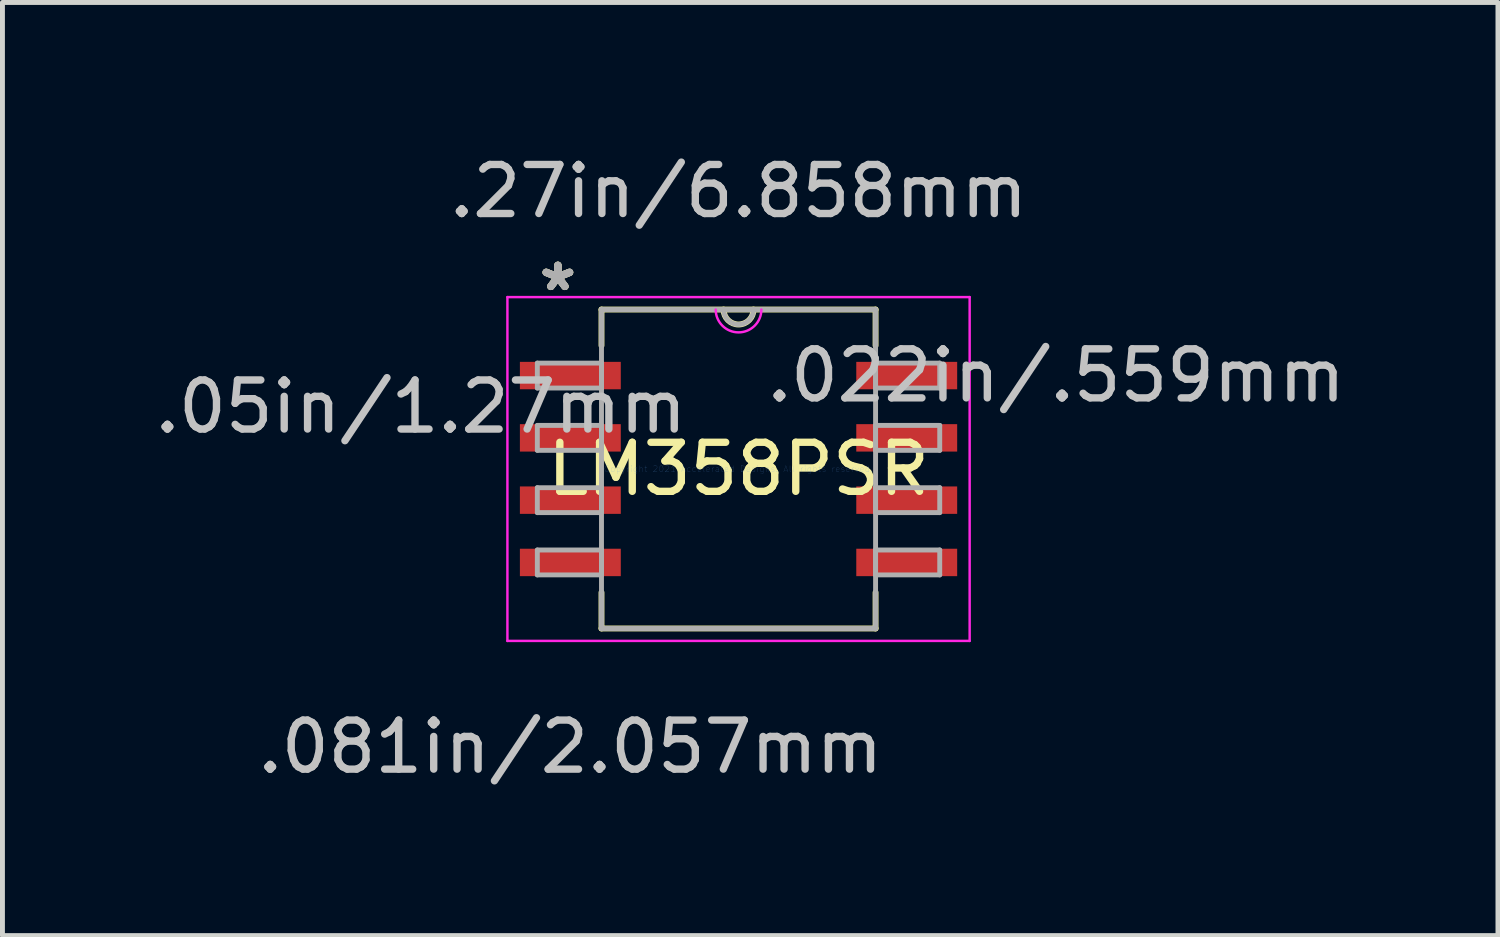
<source format=kicad_pcb>
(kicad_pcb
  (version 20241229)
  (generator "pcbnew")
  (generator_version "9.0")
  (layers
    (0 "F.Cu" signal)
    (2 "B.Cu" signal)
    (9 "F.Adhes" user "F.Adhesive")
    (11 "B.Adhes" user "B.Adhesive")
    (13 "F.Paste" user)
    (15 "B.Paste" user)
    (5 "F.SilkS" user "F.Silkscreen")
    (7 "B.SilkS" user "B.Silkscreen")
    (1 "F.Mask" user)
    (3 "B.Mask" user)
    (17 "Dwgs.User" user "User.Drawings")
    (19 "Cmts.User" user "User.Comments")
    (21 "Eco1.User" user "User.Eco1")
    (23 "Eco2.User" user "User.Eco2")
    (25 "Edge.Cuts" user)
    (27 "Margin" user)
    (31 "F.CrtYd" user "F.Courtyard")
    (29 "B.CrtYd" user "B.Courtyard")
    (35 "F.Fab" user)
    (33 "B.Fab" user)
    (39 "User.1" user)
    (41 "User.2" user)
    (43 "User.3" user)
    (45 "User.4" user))
  (footprint "LM358PSR"
    (layer "F.Cu")
    (at 12.007 6.512)
    (property "Reference" "LM358PSR" (at 0 0 0) (layer "F.SilkS") (effects (font (size 1 1) (thickness 0.15))))
    (attr through_hole)
    (fp_line (start -2.794 -3.251) (end -2.794 -2.517) (stroke (width 0.12) (type solid)) (layer "F.SilkS"))
    (fp_line (start -2.794 2.517) (end -2.794 3.251) (stroke (width 0.12) (type solid)) (layer "F.SilkS"))
    (fp_line (start -2.794 3.251) (end 2.794 3.251) (stroke (width 0.12) (type solid)) (layer "F.SilkS"))
    (fp_line (start 2.794 -3.251) (end -2.794 -3.251) (stroke (width 0.12) (type solid)) (layer "F.SilkS"))
    (fp_line (start 2.794 -2.517) (end 2.794 -3.251) (stroke (width 0.12) (type solid)) (layer "F.SilkS"))
    (fp_line (start 2.794 3.251) (end 2.794 2.517) (stroke (width 0.12) (type solid)) (layer "F.SilkS"))
    (fp_arc (start 0.3048 -3.2512) (mid 0 -2.9464) (end -0.3048 -3.2512) (stroke (width 0.12) (type solid)) (layer "F.SilkS"))
    (fp_line (start -4.712 -3.505) (end 4.712 -3.505) (stroke (width 0.05) (type solid)) (layer "F.CrtYd"))
    (fp_line (start -4.712 3.505) (end -4.712 -3.505) (stroke (width 0.05) (type solid)) (layer "F.CrtYd"))
    (fp_line (start 4.712 -3.505) (end 4.712 3.505) (stroke (width 0.05) (type solid)) (layer "F.CrtYd"))
    (fp_line (start 4.712 3.505) (end -4.712 3.505) (stroke (width 0.05) (type solid)) (layer "F.CrtYd"))
    (fp_arc (start 0.465667 -3.2512) (mid 0 -2.785533) (end -0.465667 -3.2512) (stroke (width 0.05) (type solid)) (layer "F.CrtYd"))
    (fp_line (start -4.102 -2.159) (end -4.102 -1.651) (stroke (width 0.1) (type solid)) (layer "F.Fab"))
    (fp_line (start -4.102 -1.651) (end -2.794 -1.651) (stroke (width 0.1) (type solid)) (layer "F.Fab"))
    (fp_line (start -4.102 -0.889) (end -4.102 -0.381) (stroke (width 0.1) (type solid)) (layer "F.Fab"))
    (fp_line (start -4.102 -0.381) (end -2.794 -0.381) (stroke (width 0.1) (type solid)) (layer "F.Fab"))
    (fp_line (start -4.102 0.381) (end -4.102 0.889) (stroke (width 0.1) (type solid)) (layer "F.Fab"))
    (fp_line (start -4.102 0.889) (end -2.794 0.889) (stroke (width 0.1) (type solid)) (layer "F.Fab"))
    (fp_line (start -4.102 1.651) (end -4.102 2.159) (stroke (width 0.1) (type solid)) (layer "F.Fab"))
    (fp_line (start -4.102 2.159) (end -2.794 2.159) (stroke (width 0.1) (type solid)) (layer "F.Fab"))
    (fp_line (start -2.794 -3.251) (end -2.794 3.251) (stroke (width 0.1) (type solid)) (layer "F.Fab"))
    (fp_line (start -2.794 -2.159) (end -4.102 -2.159) (stroke (width 0.1) (type solid)) (layer "F.Fab"))
    (fp_line (start -2.794 -1.651) (end -2.794 -2.159) (stroke (width 0.1) (type solid)) (layer "F.Fab"))
    (fp_line (start -2.794 -0.889) (end -4.102 -0.889) (stroke (width 0.1) (type solid)) (layer "F.Fab"))
    (fp_line (start -2.794 -0.381) (end -2.794 -0.889) (stroke (width 0.1) (type solid)) (layer "F.Fab"))
    (fp_line (start -2.794 0.381) (end -4.102 0.381) (stroke (width 0.1) (type solid)) (layer "F.Fab"))
    (fp_line (start -2.794 0.889) (end -2.794 0.381) (stroke (width 0.1) (type solid)) (layer "F.Fab"))
    (fp_line (start -2.794 1.651) (end -4.102 1.651) (stroke (width 0.1) (type solid)) (layer "F.Fab"))
    (fp_line (start -2.794 2.159) (end -2.794 1.651) (stroke (width 0.1) (type solid)) (layer "F.Fab"))
    (fp_line (start -2.794 3.251) (end 2.794 3.251) (stroke (width 0.1) (type solid)) (layer "F.Fab"))
    (fp_line (start 2.794 -3.251) (end -2.794 -3.251) (stroke (width 0.1) (type solid)) (layer "F.Fab"))
    (fp_line (start 2.794 -2.159) (end 2.794 -1.651) (stroke (width 0.1) (type solid)) (layer "F.Fab"))
    (fp_line (start 2.794 -1.651) (end 4.102 -1.651) (stroke (width 0.1) (type solid)) (layer "F.Fab"))
    (fp_line (start 2.794 -0.889) (end 2.794 -0.381) (stroke (width 0.1) (type solid)) (layer "F.Fab"))
    (fp_line (start 2.794 -0.381) (end 4.102 -0.381) (stroke (width 0.1) (type solid)) (layer "F.Fab"))
    (fp_line (start 2.794 0.381) (end 2.794 0.889) (stroke (width 0.1) (type solid)) (layer "F.Fab"))
    (fp_line (start 2.794 0.889) (end 4.102 0.889) (stroke (width 0.1) (type solid)) (layer "F.Fab"))
    (fp_line (start 2.794 1.651) (end 2.794 2.159) (stroke (width 0.1) (type solid)) (layer "F.Fab"))
    (fp_line (start 2.794 2.159) (end 4.102 2.159) (stroke (width 0.1) (type solid)) (layer "F.Fab"))
    (fp_line (start 2.794 3.251) (end 2.794 -3.251) (stroke (width 0.1) (type solid)) (layer "F.Fab"))
    (fp_line (start 4.102 -2.159) (end 2.794 -2.159) (stroke (width 0.1) (type solid)) (layer "F.Fab"))
    (fp_line (start 4.102 -1.651) (end 4.102 -2.159) (stroke (width 0.1) (type solid)) (layer "F.Fab"))
    (fp_line (start 4.102 -0.889) (end 2.794 -0.889) (stroke (width 0.1) (type solid)) (layer "F.Fab"))
    (fp_line (start 4.102 -0.381) (end 4.102 -0.889) (stroke (width 0.1) (type solid)) (layer "F.Fab"))
    (fp_line (start 4.102 0.381) (end 2.794 0.381) (stroke (width 0.1) (type solid)) (layer "F.Fab"))
    (fp_line (start 4.102 0.889) (end 4.102 0.381) (stroke (width 0.1) (type solid)) (layer "F.Fab"))
    (fp_line (start 4.102 1.651) (end 2.794 1.651) (stroke (width 0.1) (type solid)) (layer "F.Fab"))
    (fp_line (start 4.102 2.159) (end 4.102 1.651) (stroke (width 0.1) (type solid)) (layer "F.Fab"))
    (fp_arc (start 0.3048 -3.2512) (mid 0 -2.9464) (end -0.3048 -3.2512) (stroke (width 0.1) (type solid)) (layer "F.Fab"))
    (fp_text user "*" (at -3.683 -3.607 0) (layer "F.SilkS") (effects (font (size 1 1) (thickness 0.15))))
    (fp_text user "*" (at -3.683 -3.607 0) (layer "F.SilkS") (effects (font (size 1 1) (thickness 0.15))))
    (fp_text user ".081in/2.057mm" (at -3.429 5.664 0) (layer "Dwgs.User") (effects (font (size 1 1) (thickness 0.15))))
    (fp_text user ".27in/6.858mm" (at 0 -5.664 0) (layer "Dwgs.User") (effects (font (size 1 1) (thickness 0.15))))
    (fp_text user ".022in/.559mm" (at 6.477 -1.905 0) (layer "Dwgs.User") (effects (font (size 1 1) (thickness 0.15))))
    (fp_text user ".05in/1.27mm" (at -6.477 -1.27 0) (layer "Dwgs.User") (effects (font (size 1 1) (thickness 0.15))))
    (fp_text user "Copyright 2021 Accelerated Designs. All rights reserved." (at 0 0 0) (layer "Cmts.User") (effects (font (size 0.127 0.127) (thickness 0.002))))
    (fp_text user "*" (at -3.683 -3.607 0) (layer "F.Fab") (effects (font (size 1 1) (thickness 0.15))))
    (fp_text user "*" (at -3.683 -3.607 0) (layer "F.Fab") (effects (font (size 1 1) (thickness 0.15))))
    (pad "1" smd rect (at -3.429 -1.905) (size 2.057 0.559) (layers "F.Cu" "F.Mask" "F.Paste"))
    (pad "2" smd rect (at -3.429 -0.635) (size 2.057 0.559) (layers "F.Cu" "F.Mask" "F.Paste"))
    (pad "3" smd rect (at -3.429 0.635) (size 2.057 0.559) (layers "F.Cu" "F.Mask" "F.Paste"))
    (pad "4" smd rect (at -3.429 1.905) (size 2.057 0.559) (layers "F.Cu" "F.Mask" "F.Paste"))
    (pad "5" smd rect (at 3.429 1.905) (size 2.057 0.559) (layers "F.Cu" "F.Mask" "F.Paste"))
    (pad "6" smd rect (at 3.429 0.635) (size 2.057 0.559) (layers "F.Cu" "F.Mask" "F.Paste"))
    (pad "7" smd rect (at 3.429 -0.635) (size 2.057 0.559) (layers "F.Cu" "F.Mask" "F.Paste"))
    (pad "8" smd rect (at 3.429 -1.905) (size 2.057 0.559) (layers "F.Cu" "F.Mask" "F.Paste")))
  (gr_rect
    (start -3 -3)
    (end 27.49 16.025)
    (stroke (width 0.1) (type default))
    (fill no)
    (layer "Edge.Cuts")))
</source>
